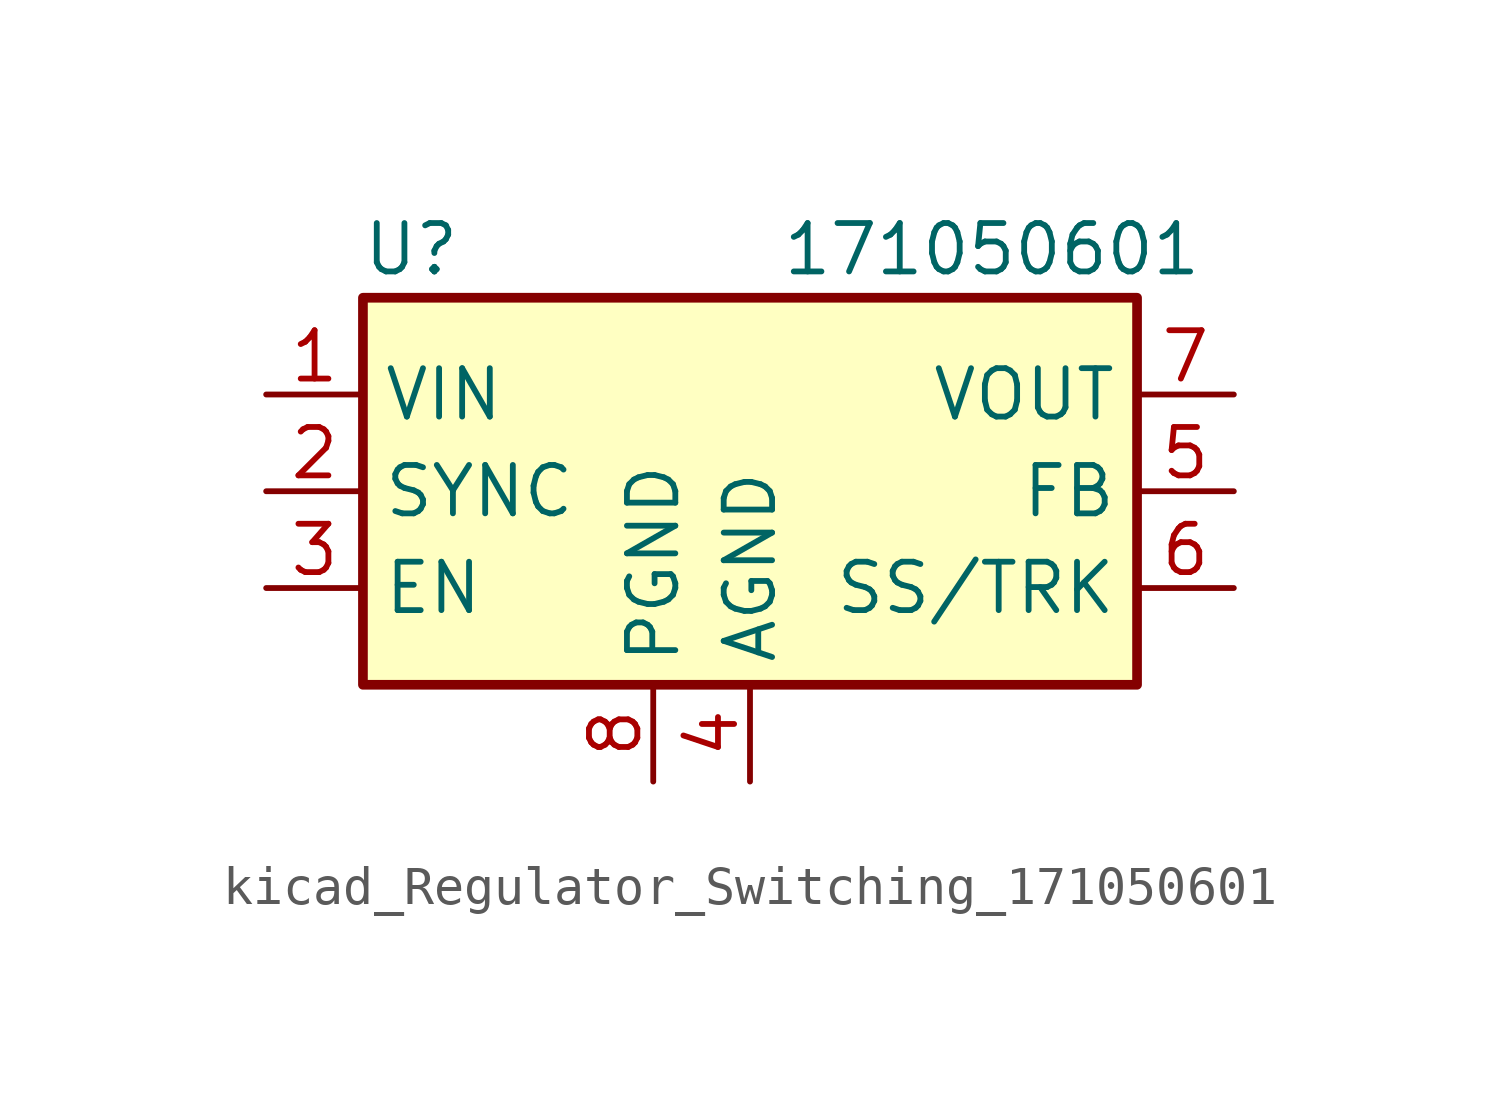
<source format=kicad_sym>
(kicad_symbol_lib
  (version 20220914)
  (generator kicad_symbol_editor)
  (symbol "kicad_Regulator_Switching_171050601"
    (property "Reference" "U"
      (at -8.89 6.35 0)
      (effects (font (size 1.27 1.27))))
    (property "Value" "171050601"
      (at 6.35 6.35 0)
      (effects (font (size 1.27 1.27))))
    (symbol "kicad_Regulator_Switching_171050601_0_1"
      (rectangle (start -10.16 5.08) (end 10.16 -5.08) (stroke (width 0.254) (type default)) (fill (type background))))
    (symbol "kicad_Regulator_Switching_171050601_1_1"
      (pin power_in line (at -12.7 2.54 0) (length 2.54) (name "VIN" (effects (font (size 1.27 1.27)))) (number "1" (effects (font (size 1.27 1.27)))))
      (pin input line (at -12.7 0 0) (length 2.54) (name "SYNC" (effects (font (size 1.27 1.27)))) (number "2" (effects (font (size 1.27 1.27)))))
      (pin input line (at -12.7 -2.54 0) (length 2.54) (name "EN" (effects (font (size 1.27 1.27)))) (number "3" (effects (font (size 1.27 1.27)))))
      (pin power_in line (at 0 -7.62 90) (length 2.54) (name "AGND" (effects (font (size 1.27 1.27)))) (number "4" (effects (font (size 1.27 1.27)))))
      (pin input line (at 12.7 0 180) (length 2.54) (name "FB" (effects (font (size 1.27 1.27)))) (number "5" (effects (font (size 1.27 1.27)))))
      (pin input line (at 12.7 -2.54 180) (length 2.54) (name "SS/TRK" (effects (font (size 1.27 1.27)))) (number "6" (effects (font (size 1.27 1.27)))))
      (pin power_out line (at 12.7 2.54 180) (length 2.54) (name "VOUT" (effects (font (size 1.27 1.27)))) (number "7" (effects (font (size 1.27 1.27)))))
      (pin power_in line (at -2.54 -7.62 90) (length 2.54) (name "PGND" (effects (font (size 1.27 1.27)))) (number "8" (effects (font (size 1.27 1.27))))))))
</source>
